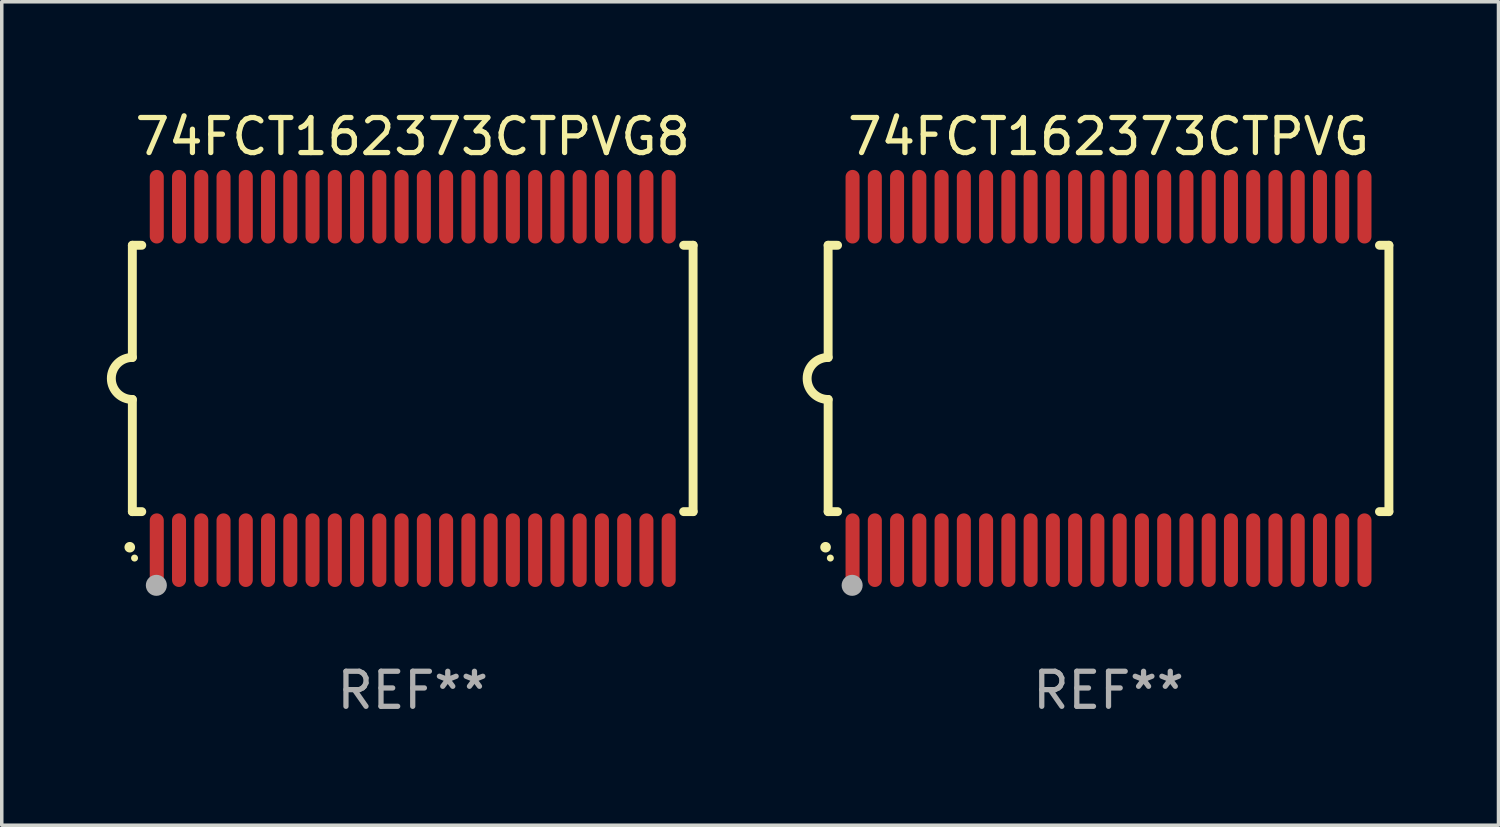
<source format=kicad_pcb>
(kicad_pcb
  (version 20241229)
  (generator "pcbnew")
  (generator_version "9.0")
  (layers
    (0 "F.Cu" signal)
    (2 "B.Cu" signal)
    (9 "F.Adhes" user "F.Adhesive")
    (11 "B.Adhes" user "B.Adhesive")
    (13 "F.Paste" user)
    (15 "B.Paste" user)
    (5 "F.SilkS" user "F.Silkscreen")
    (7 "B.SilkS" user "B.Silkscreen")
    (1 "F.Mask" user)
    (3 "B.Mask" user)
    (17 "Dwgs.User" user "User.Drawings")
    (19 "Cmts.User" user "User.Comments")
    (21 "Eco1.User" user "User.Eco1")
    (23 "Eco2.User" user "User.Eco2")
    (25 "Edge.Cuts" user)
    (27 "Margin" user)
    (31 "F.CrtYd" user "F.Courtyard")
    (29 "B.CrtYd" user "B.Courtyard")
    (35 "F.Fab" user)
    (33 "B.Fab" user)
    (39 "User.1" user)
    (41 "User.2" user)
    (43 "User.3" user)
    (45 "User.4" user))
  (footprint "74FCT162373CTPVG"
    (layer "F.Cu")
    (at 28.579 7.748)
    (property "Reference" "74FCT162373CTPVG" (at 0 -6.9 0) (layer "F.SilkS") (effects (font (size 1 1) (thickness 0.15))))
    (attr through_hole)
    (fp_line (start -8 -3.8) (end -8 -0.599) (stroke (width 0.254) (type solid)) (layer "F.SilkS"))
    (fp_line (start -8 -3.8) (end -7.731 -3.8) (stroke (width 0.254) (type solid)) (layer "F.SilkS"))
    (fp_line (start -8 3.8) (end -8 0.599) (stroke (width 0.254) (type solid)) (layer "F.SilkS"))
    (fp_line (start -7.731 3.8) (end -8 3.8) (stroke (width 0.254) (type solid)) (layer "F.SilkS"))
    (fp_line (start 7.731 -3.8) (end 8 -3.8) (stroke (width 0.254) (type solid)) (layer "F.SilkS"))
    (fp_line (start 8 -3.8) (end 8 3.8) (stroke (width 0.254) (type solid)) (layer "F.SilkS"))
    (fp_line (start 8 3.8) (end 7.731 3.8) (stroke (width 0.254) (type solid)) (layer "F.SilkS"))
    (fp_arc (start -8.074676 4.81585) (mid -8.073406 4.815845) (end -8.072136 4.81585) (stroke (width 0.3) (type solid)) (layer "F.SilkS"))
    (fp_arc (start -8.000025 0.6) (mid -8.598908 0.00056) (end -8.000027 -0.598882) (stroke (width 0.254001) (type solid)) (layer "F.SilkS"))
    (fp_circle (center -7.937 5.125) (end -7.887 5.125) (stroke (width 0.1) (type solid)) (fill no) (layer "F.SilkS"))
    (fp_circle (center -7.315 5.903) (end -7.165 5.903) (stroke (width 0.3) (type solid)) (fill no) (layer "F.Fab"))
    (fp_text user "REF**" (at 0 8.9 0) (layer "F.Fab") (effects (font (size 1 1) (thickness 0.15))))
    (pad "1" smd oval (at -7.303 4.9) (size 0.4 2.1) (layers "F.Cu" "F.Mask" "F.Paste"))
    (pad "2" smd oval (at -6.668 4.9) (size 0.4 2.1) (layers "F.Cu" "F.Mask" "F.Paste"))
    (pad "3" smd oval (at -6.033 4.9) (size 0.4 2.1) (layers "F.Cu" "F.Mask" "F.Paste"))
    (pad "4" smd oval (at -5.398 4.9) (size 0.4 2.1) (layers "F.Cu" "F.Mask" "F.Paste"))
    (pad "5" smd oval (at -4.763 4.9) (size 0.4 2.1) (layers "F.Cu" "F.Mask" "F.Paste"))
    (pad "6" smd oval (at -4.128 4.9) (size 0.4 2.1) (layers "F.Cu" "F.Mask" "F.Paste"))
    (pad "7" smd oval (at -3.493 4.9) (size 0.4 2.1) (layers "F.Cu" "F.Mask" "F.Paste"))
    (pad "8" smd oval (at -2.858 4.9) (size 0.4 2.1) (layers "F.Cu" "F.Mask" "F.Paste"))
    (pad "9" smd oval (at -2.223 4.9) (size 0.4 2.1) (layers "F.Cu" "F.Mask" "F.Paste"))
    (pad "10" smd oval (at -1.588 4.9) (size 0.4 2.1) (layers "F.Cu" "F.Mask" "F.Paste"))
    (pad "11" smd oval (at -0.953 4.9) (size 0.4 2.1) (layers "F.Cu" "F.Mask" "F.Paste"))
    (pad "12" smd oval (at -0.318 4.9) (size 0.4 2.1) (layers "F.Cu" "F.Mask" "F.Paste"))
    (pad "13" smd oval (at 0.318 4.9) (size 0.4 2.1) (layers "F.Cu" "F.Mask" "F.Paste"))
    (pad "14" smd oval (at 0.953 4.9) (size 0.4 2.1) (layers "F.Cu" "F.Mask" "F.Paste"))
    (pad "15" smd oval (at 1.588 4.9) (size 0.4 2.1) (layers "F.Cu" "F.Mask" "F.Paste"))
    (pad "16" smd oval (at 2.223 4.9) (size 0.4 2.1) (layers "F.Cu" "F.Mask" "F.Paste"))
    (pad "17" smd oval (at 2.858 4.9) (size 0.4 2.1) (layers "F.Cu" "F.Mask" "F.Paste"))
    (pad "18" smd oval (at 3.493 4.9) (size 0.4 2.1) (layers "F.Cu" "F.Mask" "F.Paste"))
    (pad "19" smd oval (at 4.128 4.9) (size 0.4 2.1) (layers "F.Cu" "F.Mask" "F.Paste"))
    (pad "20" smd oval (at 4.763 4.9) (size 0.4 2.1) (layers "F.Cu" "F.Mask" "F.Paste"))
    (pad "21" smd oval (at 5.398 4.9) (size 0.4 2.1) (layers "F.Cu" "F.Mask" "F.Paste"))
    (pad "22" smd oval (at 6.033 4.9) (size 0.4 2.1) (layers "F.Cu" "F.Mask" "F.Paste"))
    (pad "23" smd oval (at 6.668 4.9) (size 0.4 2.1) (layers "F.Cu" "F.Mask" "F.Paste"))
    (pad "24" smd oval (at 7.303 4.9) (size 0.4 2.1) (layers "F.Cu" "F.Mask" "F.Paste"))
    (pad "25" smd oval (at 7.303 -4.9 180) (size 0.4 2.1) (layers "F.Cu" "F.Mask" "F.Paste"))
    (pad "26" smd oval (at 6.668 -4.9 180) (size 0.4 2.1) (layers "F.Cu" "F.Mask" "F.Paste"))
    (pad "27" smd oval (at 6.033 -4.9 180) (size 0.4 2.1) (layers "F.Cu" "F.Mask" "F.Paste"))
    (pad "28" smd oval (at 5.398 -4.9 180) (size 0.4 2.1) (layers "F.Cu" "F.Mask" "F.Paste"))
    (pad "29" smd oval (at 4.763 -4.9 180) (size 0.4 2.1) (layers "F.Cu" "F.Mask" "F.Paste"))
    (pad "30" smd oval (at 4.128 -4.9 180) (size 0.4 2.1) (layers "F.Cu" "F.Mask" "F.Paste"))
    (pad "31" smd oval (at 3.493 -4.9 180) (size 0.4 2.1) (layers "F.Cu" "F.Mask" "F.Paste"))
    (pad "32" smd oval (at 2.858 -4.9 180) (size 0.4 2.1) (layers "F.Cu" "F.Mask" "F.Paste"))
    (pad "33" smd oval (at 2.223 -4.9 180) (size 0.4 2.1) (layers "F.Cu" "F.Mask" "F.Paste"))
    (pad "34" smd oval (at 1.588 -4.9 180) (size 0.4 2.1) (layers "F.Cu" "F.Mask" "F.Paste"))
    (pad "35" smd oval (at 0.953 -4.9 180) (size 0.4 2.1) (layers "F.Cu" "F.Mask" "F.Paste"))
    (pad "36" smd oval (at 0.318 -4.9 180) (size 0.4 2.1) (layers "F.Cu" "F.Mask" "F.Paste"))
    (pad "37" smd oval (at -0.318 -4.9 180) (size 0.4 2.1) (layers "F.Cu" "F.Mask" "F.Paste"))
    (pad "38" smd oval (at -0.953 -4.9 180) (size 0.4 2.1) (layers "F.Cu" "F.Mask" "F.Paste"))
    (pad "39" smd oval (at -1.588 -4.9 180) (size 0.4 2.1) (layers "F.Cu" "F.Mask" "F.Paste"))
    (pad "40" smd oval (at -2.223 -4.9 180) (size 0.4 2.1) (layers "F.Cu" "F.Mask" "F.Paste"))
    (pad "41" smd oval (at -2.858 -4.9 180) (size 0.4 2.1) (layers "F.Cu" "F.Mask" "F.Paste"))
    (pad "42" smd oval (at -3.493 -4.9 180) (size 0.4 2.1) (layers "F.Cu" "F.Mask" "F.Paste"))
    (pad "43" smd oval (at -4.128 -4.9 180) (size 0.4 2.1) (layers "F.Cu" "F.Mask" "F.Paste"))
    (pad "44" smd oval (at -4.763 -4.9 180) (size 0.4 2.1) (layers "F.Cu" "F.Mask" "F.Paste"))
    (pad "45" smd oval (at -5.398 -4.9 180) (size 0.4 2.1) (layers "F.Cu" "F.Mask" "F.Paste"))
    (pad "46" smd oval (at -6.033 -4.9 180) (size 0.4 2.1) (layers "F.Cu" "F.Mask" "F.Paste"))
    (pad "47" smd oval (at -6.668 -4.9 180) (size 0.4 2.1) (layers "F.Cu" "F.Mask" "F.Paste"))
    (pad "48" smd oval (at -7.303 -4.9 180) (size 0.4 2.1) (layers "F.Cu" "F.Mask" "F.Paste")))
  (footprint "74FCT162373CTPVG8"
    (layer "F.Cu")
    (at 8.726 7.748)
    (property "Reference" "74FCT162373CTPVG8" (at 0 -6.9 0) (layer "F.SilkS") (effects (font (size 1 1) (thickness 0.15))))
    (attr through_hole)
    (fp_line (start -8 -3.8) (end -8 -0.599) (stroke (width 0.254) (type solid)) (layer "F.SilkS"))
    (fp_line (start -8 -3.8) (end -7.731 -3.8) (stroke (width 0.254) (type solid)) (layer "F.SilkS"))
    (fp_line (start -8 3.8) (end -8 0.599) (stroke (width 0.254) (type solid)) (layer "F.SilkS"))
    (fp_line (start -7.731 3.8) (end -8 3.8) (stroke (width 0.254) (type solid)) (layer "F.SilkS"))
    (fp_line (start 7.731 -3.8) (end 8 -3.8) (stroke (width 0.254) (type solid)) (layer "F.SilkS"))
    (fp_line (start 8 -3.8) (end 8 3.8) (stroke (width 0.254) (type solid)) (layer "F.SilkS"))
    (fp_line (start 8 3.8) (end 7.731 3.8) (stroke (width 0.254) (type solid)) (layer "F.SilkS"))
    (fp_arc (start -8.074676 4.81585) (mid -8.073406 4.815845) (end -8.072136 4.81585) (stroke (width 0.3) (type solid)) (layer "F.SilkS"))
    (fp_arc (start -8.000025 0.6) (mid -8.598908 0.00056) (end -8.000027 -0.598882) (stroke (width 0.254001) (type solid)) (layer "F.SilkS"))
    (fp_circle (center -7.937 5.125) (end -7.887 5.125) (stroke (width 0.1) (type solid)) (fill no) (layer "F.SilkS"))
    (fp_circle (center -7.315 5.903) (end -7.165 5.903) (stroke (width 0.3) (type solid)) (fill no) (layer "F.Fab"))
    (fp_text user "REF**" (at 0 8.9 0) (layer "F.Fab") (effects (font (size 1 1) (thickness 0.15))))
    (pad "1" smd oval (at -7.303 4.9) (size 0.4 2.1) (layers "F.Cu" "F.Mask" "F.Paste"))
    (pad "2" smd oval (at -6.668 4.9) (size 0.4 2.1) (layers "F.Cu" "F.Mask" "F.Paste"))
    (pad "3" smd oval (at -6.033 4.9) (size 0.4 2.1) (layers "F.Cu" "F.Mask" "F.Paste"))
    (pad "4" smd oval (at -5.398 4.9) (size 0.4 2.1) (layers "F.Cu" "F.Mask" "F.Paste"))
    (pad "5" smd oval (at -4.763 4.9) (size 0.4 2.1) (layers "F.Cu" "F.Mask" "F.Paste"))
    (pad "6" smd oval (at -4.128 4.9) (size 0.4 2.1) (layers "F.Cu" "F.Mask" "F.Paste"))
    (pad "7" smd oval (at -3.493 4.9) (size 0.4 2.1) (layers "F.Cu" "F.Mask" "F.Paste"))
    (pad "8" smd oval (at -2.858 4.9) (size 0.4 2.1) (layers "F.Cu" "F.Mask" "F.Paste"))
    (pad "9" smd oval (at -2.223 4.9) (size 0.4 2.1) (layers "F.Cu" "F.Mask" "F.Paste"))
    (pad "10" smd oval (at -1.588 4.9) (size 0.4 2.1) (layers "F.Cu" "F.Mask" "F.Paste"))
    (pad "11" smd oval (at -0.953 4.9) (size 0.4 2.1) (layers "F.Cu" "F.Mask" "F.Paste"))
    (pad "12" smd oval (at -0.318 4.9) (size 0.4 2.1) (layers "F.Cu" "F.Mask" "F.Paste"))
    (pad "13" smd oval (at 0.318 4.9) (size 0.4 2.1) (layers "F.Cu" "F.Mask" "F.Paste"))
    (pad "14" smd oval (at 0.953 4.9) (size 0.4 2.1) (layers "F.Cu" "F.Mask" "F.Paste"))
    (pad "15" smd oval (at 1.588 4.9) (size 0.4 2.1) (layers "F.Cu" "F.Mask" "F.Paste"))
    (pad "16" smd oval (at 2.223 4.9) (size 0.4 2.1) (layers "F.Cu" "F.Mask" "F.Paste"))
    (pad "17" smd oval (at 2.858 4.9) (size 0.4 2.1) (layers "F.Cu" "F.Mask" "F.Paste"))
    (pad "18" smd oval (at 3.493 4.9) (size 0.4 2.1) (layers "F.Cu" "F.Mask" "F.Paste"))
    (pad "19" smd oval (at 4.128 4.9) (size 0.4 2.1) (layers "F.Cu" "F.Mask" "F.Paste"))
    (pad "20" smd oval (at 4.763 4.9) (size 0.4 2.1) (layers "F.Cu" "F.Mask" "F.Paste"))
    (pad "21" smd oval (at 5.398 4.9) (size 0.4 2.1) (layers "F.Cu" "F.Mask" "F.Paste"))
    (pad "22" smd oval (at 6.033 4.9) (size 0.4 2.1) (layers "F.Cu" "F.Mask" "F.Paste"))
    (pad "23" smd oval (at 6.668 4.9) (size 0.4 2.1) (layers "F.Cu" "F.Mask" "F.Paste"))
    (pad "24" smd oval (at 7.303 4.9) (size 0.4 2.1) (layers "F.Cu" "F.Mask" "F.Paste"))
    (pad "25" smd oval (at 7.303 -4.9 180) (size 0.4 2.1) (layers "F.Cu" "F.Mask" "F.Paste"))
    (pad "26" smd oval (at 6.668 -4.9 180) (size 0.4 2.1) (layers "F.Cu" "F.Mask" "F.Paste"))
    (pad "27" smd oval (at 6.033 -4.9 180) (size 0.4 2.1) (layers "F.Cu" "F.Mask" "F.Paste"))
    (pad "28" smd oval (at 5.398 -4.9 180) (size 0.4 2.1) (layers "F.Cu" "F.Mask" "F.Paste"))
    (pad "29" smd oval (at 4.763 -4.9 180) (size 0.4 2.1) (layers "F.Cu" "F.Mask" "F.Paste"))
    (pad "30" smd oval (at 4.128 -4.9 180) (size 0.4 2.1) (layers "F.Cu" "F.Mask" "F.Paste"))
    (pad "31" smd oval (at 3.493 -4.9 180) (size 0.4 2.1) (layers "F.Cu" "F.Mask" "F.Paste"))
    (pad "32" smd oval (at 2.858 -4.9 180) (size 0.4 2.1) (layers "F.Cu" "F.Mask" "F.Paste"))
    (pad "33" smd oval (at 2.223 -4.9 180) (size 0.4 2.1) (layers "F.Cu" "F.Mask" "F.Paste"))
    (pad "34" smd oval (at 1.588 -4.9 180) (size 0.4 2.1) (layers "F.Cu" "F.Mask" "F.Paste"))
    (pad "35" smd oval (at 0.953 -4.9 180) (size 0.4 2.1) (layers "F.Cu" "F.Mask" "F.Paste"))
    (pad "36" smd oval (at 0.318 -4.9 180) (size 0.4 2.1) (layers "F.Cu" "F.Mask" "F.Paste"))
    (pad "37" smd oval (at -0.318 -4.9 180) (size 0.4 2.1) (layers "F.Cu" "F.Mask" "F.Paste"))
    (pad "38" smd oval (at -0.953 -4.9 180) (size 0.4 2.1) (layers "F.Cu" "F.Mask" "F.Paste"))
    (pad "39" smd oval (at -1.588 -4.9 180) (size 0.4 2.1) (layers "F.Cu" "F.Mask" "F.Paste"))
    (pad "40" smd oval (at -2.223 -4.9 180) (size 0.4 2.1) (layers "F.Cu" "F.Mask" "F.Paste"))
    (pad "41" smd oval (at -2.858 -4.9 180) (size 0.4 2.1) (layers "F.Cu" "F.Mask" "F.Paste"))
    (pad "42" smd oval (at -3.493 -4.9 180) (size 0.4 2.1) (layers "F.Cu" "F.Mask" "F.Paste"))
    (pad "43" smd oval (at -4.128 -4.9 180) (size 0.4 2.1) (layers "F.Cu" "F.Mask" "F.Paste"))
    (pad "44" smd oval (at -4.763 -4.9 180) (size 0.4 2.1) (layers "F.Cu" "F.Mask" "F.Paste"))
    (pad "45" smd oval (at -5.398 -4.9 180) (size 0.4 2.1) (layers "F.Cu" "F.Mask" "F.Paste"))
    (pad "46" smd oval (at -6.033 -4.9 180) (size 0.4 2.1) (layers "F.Cu" "F.Mask" "F.Paste"))
    (pad "47" smd oval (at -6.668 -4.9 180) (size 0.4 2.1) (layers "F.Cu" "F.Mask" "F.Paste"))
    (pad "48" smd oval (at -7.303 -4.9 180) (size 0.4 2.1) (layers "F.Cu" "F.Mask" "F.Paste")))
  (gr_rect
    (start -3 -3)
    (end 39.706 20.496)
    (stroke (width 0.1) (type default))
    (fill no)
    (layer "Edge.Cuts")))
</source>
